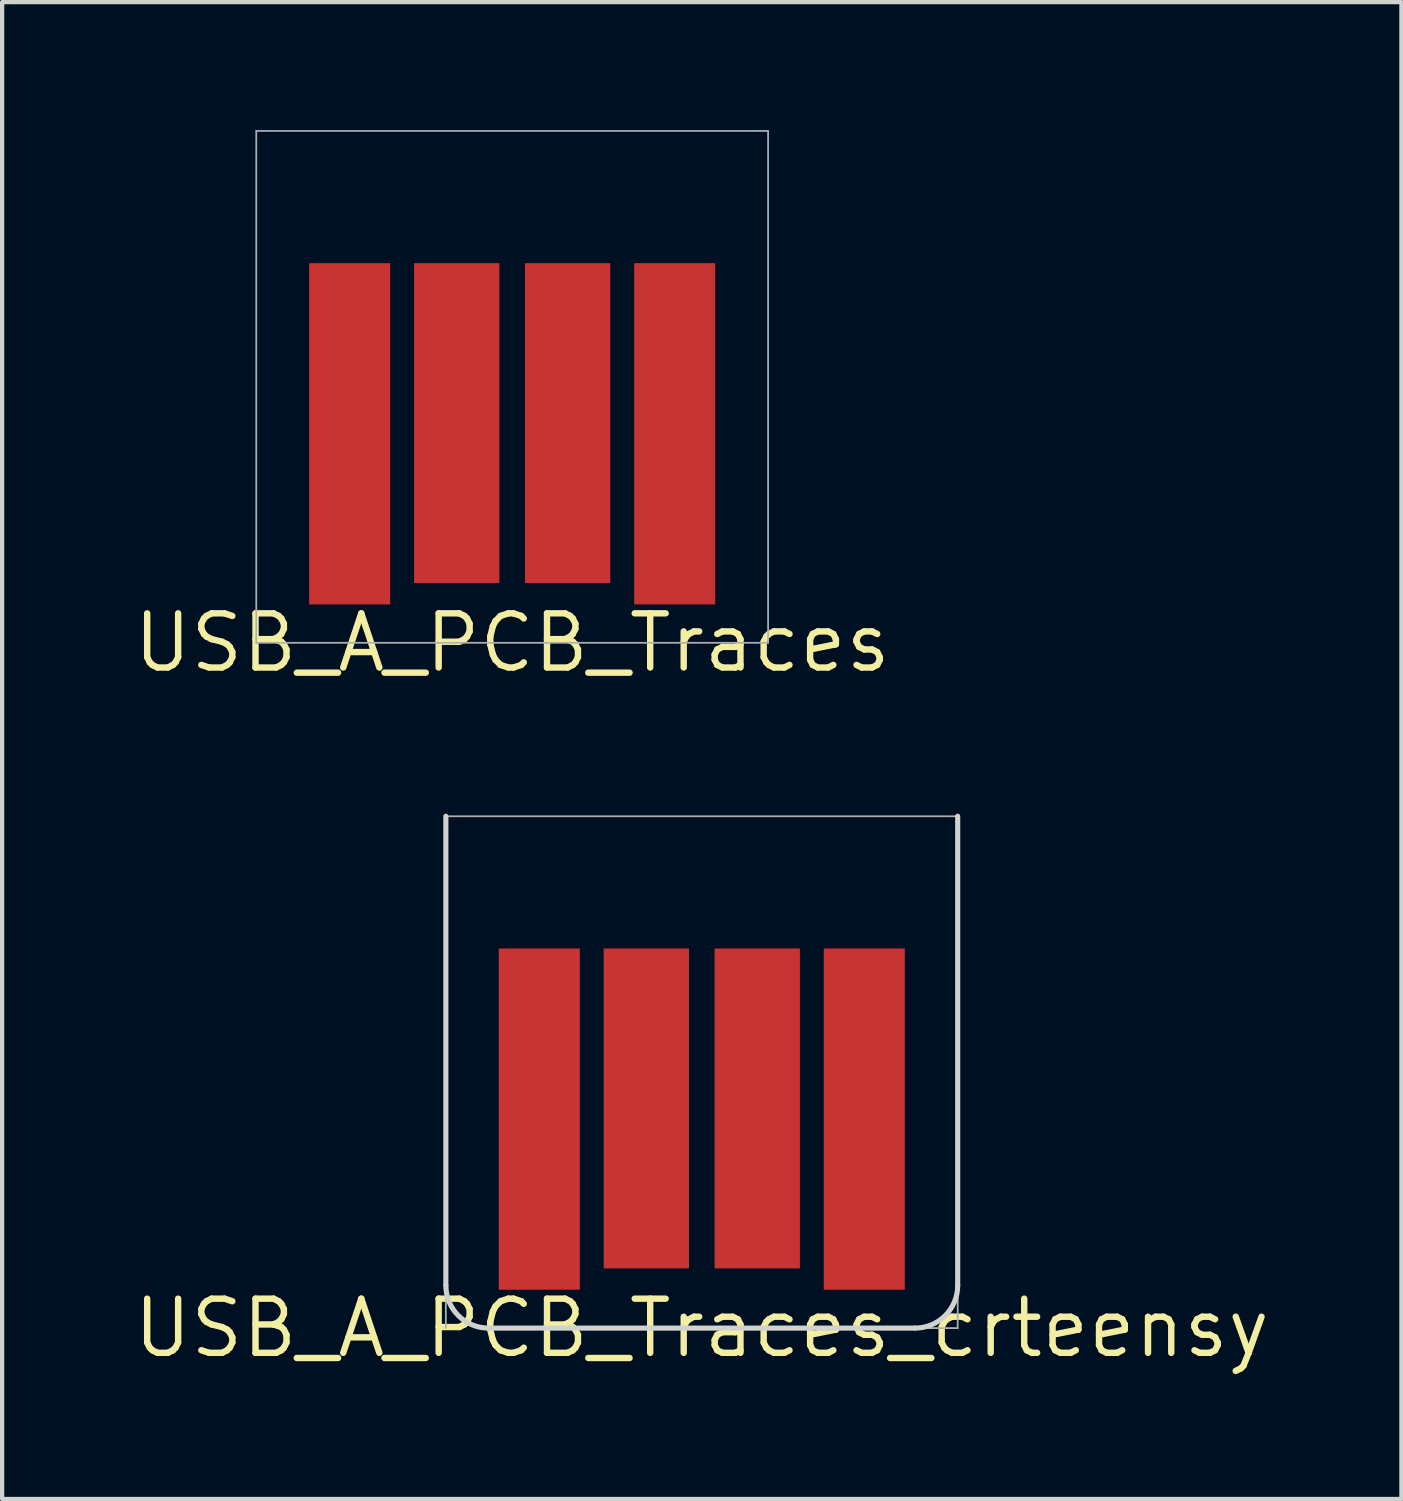
<source format=kicad_pcb>
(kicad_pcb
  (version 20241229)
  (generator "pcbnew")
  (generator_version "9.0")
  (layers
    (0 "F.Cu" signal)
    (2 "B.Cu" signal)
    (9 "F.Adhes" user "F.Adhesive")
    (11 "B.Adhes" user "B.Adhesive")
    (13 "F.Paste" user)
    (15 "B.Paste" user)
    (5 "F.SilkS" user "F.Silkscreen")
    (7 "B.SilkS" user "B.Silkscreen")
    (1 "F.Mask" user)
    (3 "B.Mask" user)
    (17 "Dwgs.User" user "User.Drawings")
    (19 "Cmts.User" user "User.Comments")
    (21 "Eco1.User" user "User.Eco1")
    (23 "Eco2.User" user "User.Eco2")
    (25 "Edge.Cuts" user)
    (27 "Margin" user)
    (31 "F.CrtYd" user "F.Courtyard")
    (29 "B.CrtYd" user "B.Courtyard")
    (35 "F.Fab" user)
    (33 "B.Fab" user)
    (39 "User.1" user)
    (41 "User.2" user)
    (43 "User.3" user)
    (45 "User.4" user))
  (footprint "USB_A_PCB_Traces"
    (layer "F.Cu")
    (at 8.958 12.02)
    (property "Reference" "USB_A_PCB_Traces" (at 0 0 0) (layer "F.SilkS") (effects (font (size 1.27 1.27) (thickness 0.15))))
    (attr through_hole)
    (fp_line (start -6 -12) (end 6 -12) (stroke (width 0.041) (type solid)) (layer "F.Fab"))
    (fp_line (start -6 0) (end -6 -12) (stroke (width 0.041) (type solid)) (layer "F.Fab"))
    (fp_line (start 6 -12) (end 6 0) (stroke (width 0.041) (type solid)) (layer "F.Fab"))
    (fp_line (start 6 0) (end -6 0) (stroke (width 0.041) (type solid)) (layer "F.Fab"))
    (pad "1" connect rect (at 3.81 -4.9) (size 1.9 8) (layers "F.Cu" "F.Mask"))
    (pad "2" connect rect (at 1.3 -5.15) (size 2 7.5) (layers "F.Cu" "F.Mask"))
    (pad "3" connect rect (at -1.3 -5.15) (size 2 7.5) (layers "F.Cu" "F.Mask"))
    (pad "4" connect rect (at -3.81 -4.9) (size 1.9 8) (layers "F.Cu" "F.Mask")))
  (footprint "USB_A_PCB_Traces_crteensy"
    (layer "F.Cu")
    (at 13.403 28.087)
    (property "Reference" "USB_A_PCB_Traces_crteensy" (at 0 0 0) (layer "F.SilkS") (effects (font (size 1.27 1.27) (thickness 0.15))))
    (attr through_hole)
    (fp_line (start -6 -1) (end -6 -12) (stroke (width 0.12) (type solid)) (layer "Edge.Cuts"))
    (fp_line (start -5 0) (end 5 0) (stroke (width 0.12) (type solid)) (layer "Edge.Cuts"))
    (fp_line (start 6 -1) (end 6 -12) (stroke (width 0.12) (type solid)) (layer "Edge.Cuts"))
    (fp_arc (start -5 0) (mid -5.707107 -0.292893) (end -6 -1) (stroke (width 0.12) (type solid)) (layer "Edge.Cuts"))
    (fp_arc (start 6 -1) (mid 5.707107 -0.292893) (end 5 0) (stroke (width 0.12) (type solid)) (layer "Edge.Cuts"))
    (fp_line (start -6 -12) (end 6 -12) (stroke (width 0.041) (type solid)) (layer "F.Fab"))
    (fp_line (start -6 0) (end -6 -12) (stroke (width 0.041) (type solid)) (layer "F.Fab"))
    (fp_line (start 6 -12) (end 6 0) (stroke (width 0.041) (type solid)) (layer "F.Fab"))
    (fp_line (start 6 0) (end -5 0) (stroke (width 0.041) (type solid)) (layer "F.Fab"))
    (pad "1" connect rect (at 3.81 -4.9) (size 1.9 8) (layers "F.Cu" "F.Mask"))
    (pad "2" connect rect (at 1.3 -5.15) (size 2 7.5) (layers "F.Cu" "F.Mask"))
    (pad "3" connect rect (at -1.3 -5.15) (size 2 7.5) (layers "F.Cu" "F.Mask"))
    (pad "4" connect rect (at -3.81 -4.9) (size 1.9 8) (layers "F.Cu" "F.Mask")))
  (gr_rect
    (start -3 -3)
    (end 29.806 32.093)
    (stroke (width 0.1) (type default))
    (fill no)
    (layer "Edge.Cuts")))
</source>
